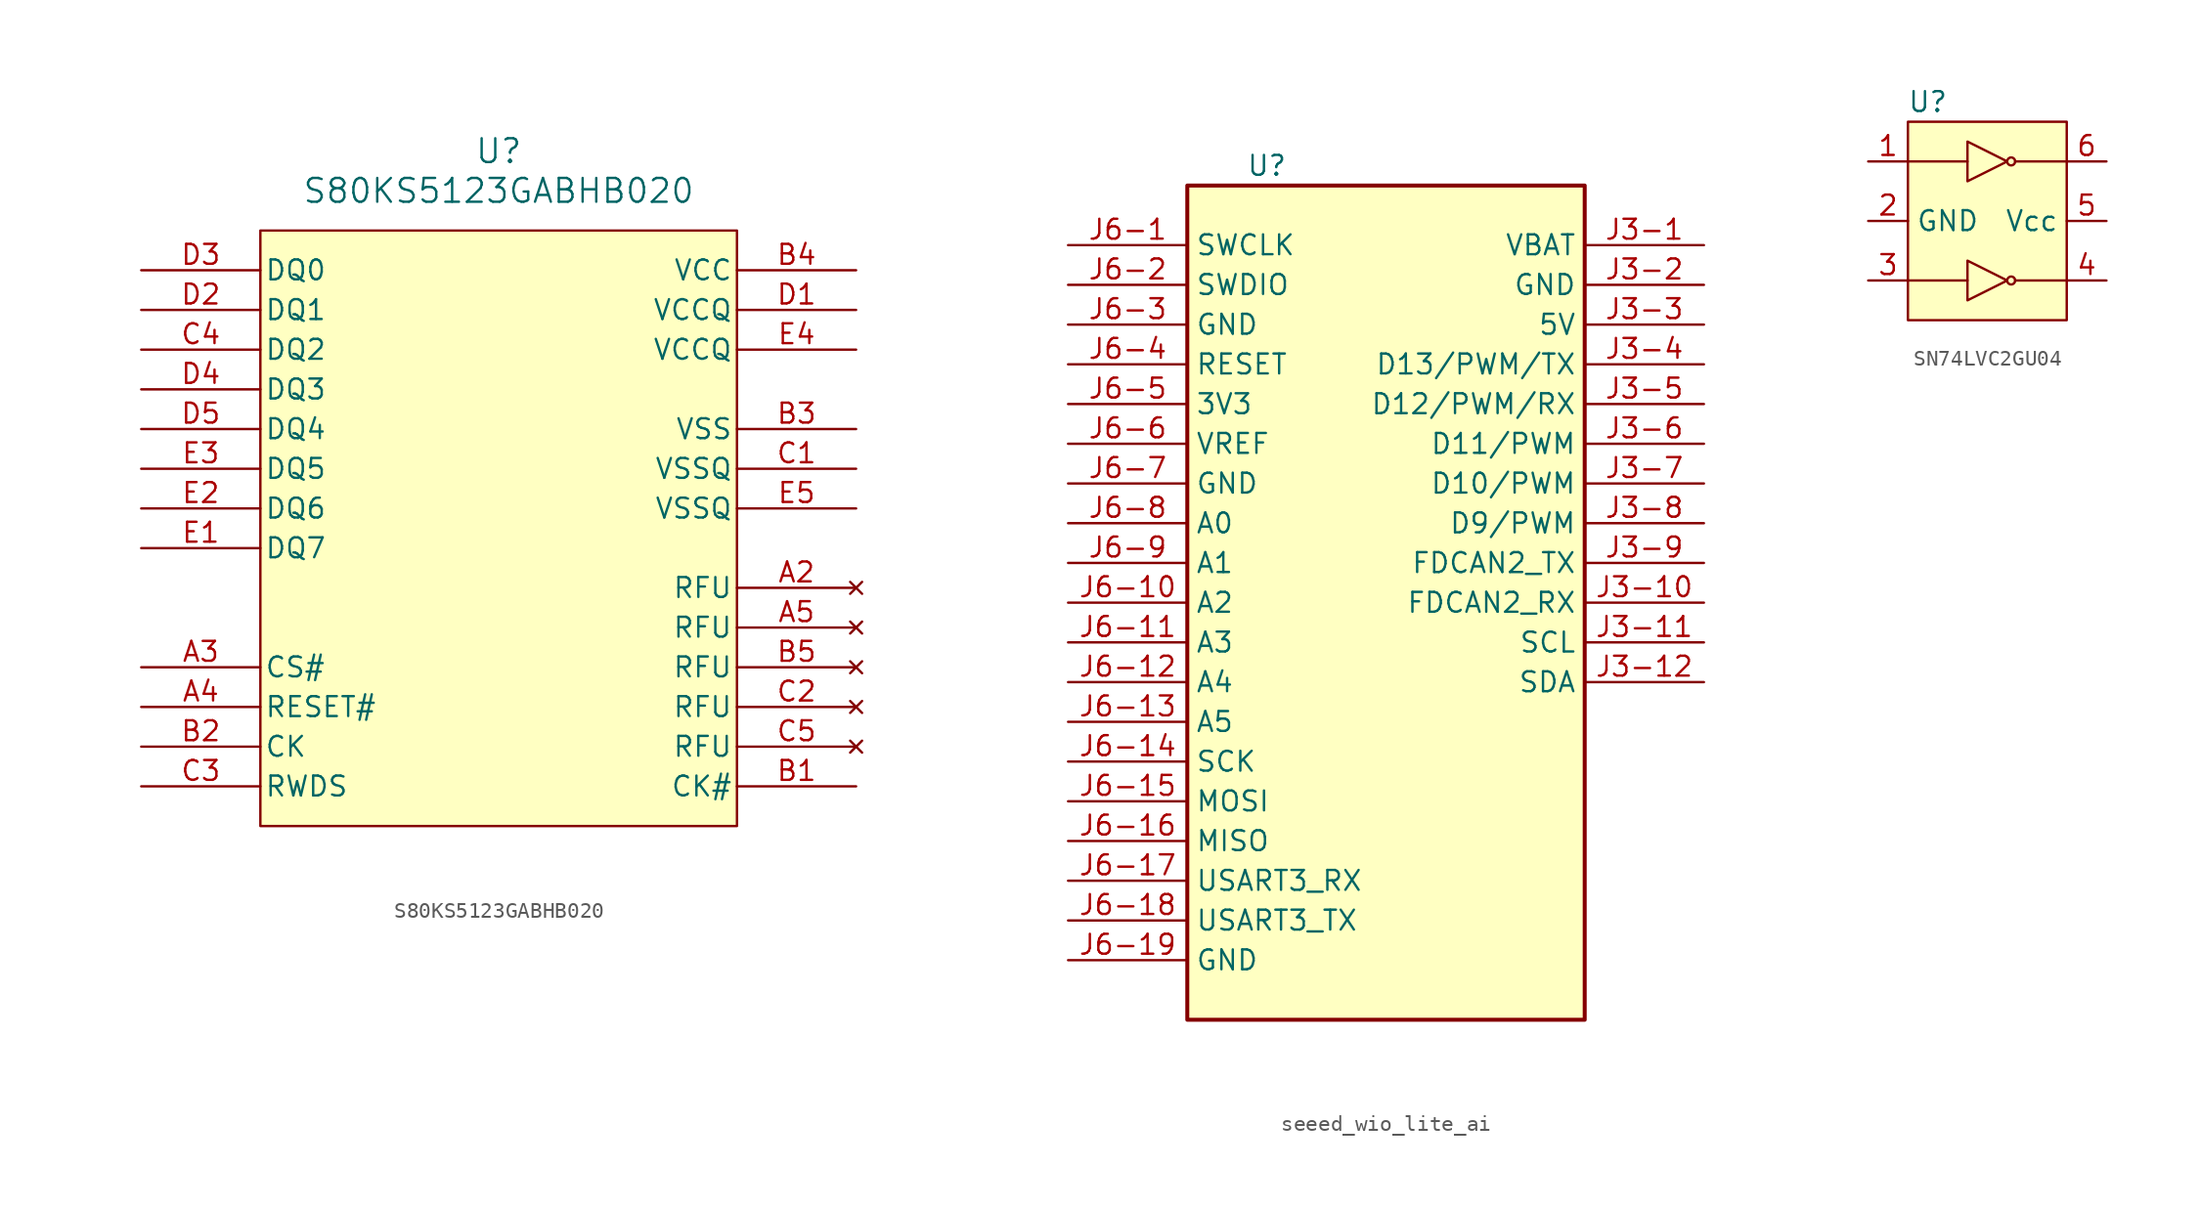
<source format=kicad_sym>
(kicad_symbol_lib
  (version 20220914)
  (generator kicad_symbol_editor)
  (symbol "S80KS5123GABHB020"
    (pin_names
      (offset 0.254))
    (property "Reference" "U"
      (at 22.86 10.16 0)
      (effects (font (size 1.524 1.524))))
    (property "Value" "S80KS5123GABHB020"
      (at 22.86 7.62 0)
      (effects (font (size 1.524 1.524))))
    (property "ki_locked" ""
      (at 0 0 0)
      (effects (font (size 1.27 1.27))))
    (symbol "S80KS5123GABHB020_0_1"
      (pin no_connect line (at 45.72 -17.78 180) (length 7.62) (name "RFU" (effects (font (size 1.27 1.27)))) (number "A2" (effects (font (size 1.27 1.27)))))
      (pin input line (at 0 -22.86 0) (length 7.62) (name "CS#" (effects (font (size 1.27 1.27)))) (number "A3" (effects (font (size 1.27 1.27)))))
      (pin input line (at 0 -25.4 0) (length 7.62) (name "RESET#" (effects (font (size 1.27 1.27)))) (number "A4" (effects (font (size 1.27 1.27)))))
      (pin no_connect line (at 45.72 -20.32 180) (length 7.62) (name "RFU" (effects (font (size 1.27 1.27)))) (number "A5" (effects (font (size 1.27 1.27)))))
      (pin input line (at 45.72 -30.48 180) (length 7.62) (name "CK#" (effects (font (size 1.27 1.27)))) (number "B1" (effects (font (size 1.27 1.27)))))
      (pin input line (at 0 -27.94 0) (length 7.62) (name "CK" (effects (font (size 1.27 1.27)))) (number "B2" (effects (font (size 1.27 1.27)))))
      (pin power_out line (at 45.72 -7.62 180) (length 7.62) (name "VSS" (effects (font (size 1.27 1.27)))) (number "B3" (effects (font (size 1.27 1.27)))))
      (pin power_in line (at 45.72 2.54 180) (length 7.62) (name "VCC" (effects (font (size 1.27 1.27)))) (number "B4" (effects (font (size 1.27 1.27)))))
      (pin no_connect line (at 45.72 -22.86 180) (length 7.62) (name "RFU" (effects (font (size 1.27 1.27)))) (number "B5" (effects (font (size 1.27 1.27)))))
      (pin power_out line (at 45.72 -10.16 180) (length 7.62) (name "VSSQ" (effects (font (size 1.27 1.27)))) (number "C1" (effects (font (size 1.27 1.27)))))
      (pin no_connect line (at 45.72 -25.4 180) (length 7.62) (name "RFU" (effects (font (size 1.27 1.27)))) (number "C2" (effects (font (size 1.27 1.27)))))
      (pin bidirectional line (at 0 -30.48 0) (length 7.62) (name "RWDS" (effects (font (size 1.27 1.27)))) (number "C3" (effects (font (size 1.27 1.27)))))
      (pin bidirectional line (at 0 -2.54 0) (length 7.62) (name "DQ2" (effects (font (size 1.27 1.27)))) (number "C4" (effects (font (size 1.27 1.27)))))
      (pin no_connect line (at 45.72 -27.94 180) (length 7.62) (name "RFU" (effects (font (size 1.27 1.27)))) (number "C5" (effects (font (size 1.27 1.27)))))
      (pin power_in line (at 45.72 0 180) (length 7.62) (name "VCCQ" (effects (font (size 1.27 1.27)))) (number "D1" (effects (font (size 1.27 1.27)))))
      (pin bidirectional line (at 0 0 0) (length 7.62) (name "DQ1" (effects (font (size 1.27 1.27)))) (number "D2" (effects (font (size 1.27 1.27)))))
      (pin bidirectional line (at 0 2.54 0) (length 7.62) (name "DQ0" (effects (font (size 1.27 1.27)))) (number "D3" (effects (font (size 1.27 1.27)))))
      (pin bidirectional line (at 0 -5.08 0) (length 7.62) (name "DQ3" (effects (font (size 1.27 1.27)))) (number "D4" (effects (font (size 1.27 1.27)))))
      (pin bidirectional line (at 0 -7.62 0) (length 7.62) (name "DQ4" (effects (font (size 1.27 1.27)))) (number "D5" (effects (font (size 1.27 1.27)))))
      (pin bidirectional line (at 0 -15.24 0) (length 7.62) (name "DQ7" (effects (font (size 1.27 1.27)))) (number "E1" (effects (font (size 1.27 1.27)))))
      (pin bidirectional line (at 0 -12.7 0) (length 7.62) (name "DQ6" (effects (font (size 1.27 1.27)))) (number "E2" (effects (font (size 1.27 1.27)))))
      (pin bidirectional line (at 0 -10.16 0) (length 7.62) (name "DQ5" (effects (font (size 1.27 1.27)))) (number "E3" (effects (font (size 1.27 1.27)))))
      (pin power_in line (at 45.72 -2.54 180) (length 7.62) (name "VCCQ" (effects (font (size 1.27 1.27)))) (number "E4" (effects (font (size 1.27 1.27)))))
      (pin power_out line (at 45.72 -12.7 180) (length 7.62) (name "VSSQ" (effects (font (size 1.27 1.27)))) (number "E5" (effects (font (size 1.27 1.27))))))
    (symbol "S80KS5123GABHB020_1_1"
      (rectangle (start 7.62 5.08) (end 38.1 -33.02) (stroke (width 0) (type default)) (fill (type background)))))
  (symbol "seeed_wio_lite_ai"
    (property "Reference" "U"
      (at 7.62 5.08 0)
      (effects (font (size 1.27 1.27))))
    (property "Value" ""
      (at 0 0 0)
      (effects (font (size 1.27 1.27))))
    (symbol "seeed_wio_lite_ai_0_0"
      (pin unspecified line (at 35.56 0 180) (length 7.62) (name "VBAT" (effects (font (size 1.27 1.27)))) (number "J3-1" (effects (font (size 1.27 1.27)))))
      (pin unspecified line (at 35.56 -22.86 180) (length 7.62) (name "FDCAN2_RX" (effects (font (size 1.27 1.27)))) (number "J3-10" (effects (font (size 1.27 1.27)))))
      (pin unspecified line (at 35.56 -25.4 180) (length 7.62) (name "SCL" (effects (font (size 1.27 1.27)))) (number "J3-11" (effects (font (size 1.27 1.27)))))
      (pin unspecified line (at 35.56 -27.94 180) (length 7.62) (name "SDA" (effects (font (size 1.27 1.27)))) (number "J3-12" (effects (font (size 1.27 1.27)))))
      (pin unspecified line (at 35.56 -2.54 180) (length 7.62) (name "GND" (effects (font (size 1.27 1.27)))) (number "J3-2" (effects (font (size 1.27 1.27)))))
      (pin unspecified line (at 35.56 -5.08 180) (length 7.62) (name "5V" (effects (font (size 1.27 1.27)))) (number "J3-3" (effects (font (size 1.27 1.27)))))
      (pin unspecified line (at 35.56 -7.62 180) (length 7.62) (name "D13/PWM/TX" (effects (font (size 1.27 1.27)))) (number "J3-4" (effects (font (size 1.27 1.27)))))
      (pin unspecified line (at 35.56 -10.16 180) (length 7.62) (name "D12/PWM/RX" (effects (font (size 1.27 1.27)))) (number "J3-5" (effects (font (size 1.27 1.27)))))
      (pin unspecified line (at 35.56 -12.7 180) (length 7.62) (name "D11/PWM" (effects (font (size 1.27 1.27)))) (number "J3-6" (effects (font (size 1.27 1.27)))))
      (pin unspecified line (at 35.56 -15.24 180) (length 7.62) (name "D10/PWM" (effects (font (size 1.27 1.27)))) (number "J3-7" (effects (font (size 1.27 1.27)))))
      (pin unspecified line (at 35.56 -17.78 180) (length 7.62) (name "D9/PWM" (effects (font (size 1.27 1.27)))) (number "J3-8" (effects (font (size 1.27 1.27)))))
      (pin unspecified line (at 35.56 -20.32 180) (length 7.62) (name "FDCAN2_TX" (effects (font (size 1.27 1.27)))) (number "J3-9" (effects (font (size 1.27 1.27)))))
      (pin unspecified line (at -5.08 0 0) (length 7.62) (name "SWCLK" (effects (font (size 1.27 1.27)))) (number "J6-1" (effects (font (size 1.27 1.27)))))
      (pin unspecified line (at -5.08 -22.86 0) (length 7.62) (name "A2" (effects (font (size 1.27 1.27)))) (number "J6-10" (effects (font (size 1.27 1.27)))))
      (pin unspecified line (at -5.08 -25.4 0) (length 7.62) (name "A3" (effects (font (size 1.27 1.27)))) (number "J6-11" (effects (font (size 1.27 1.27)))))
      (pin unspecified line (at -5.08 -27.94 0) (length 7.62) (name "A4" (effects (font (size 1.27 1.27)))) (number "J6-12" (effects (font (size 1.27 1.27)))))
      (pin unspecified line (at -5.08 -30.48 0) (length 7.62) (name "A5" (effects (font (size 1.27 1.27)))) (number "J6-13" (effects (font (size 1.27 1.27)))))
      (pin unspecified line (at -5.08 -33.02 0) (length 7.62) (name "SCK" (effects (font (size 1.27 1.27)))) (number "J6-14" (effects (font (size 1.27 1.27)))))
      (pin unspecified line (at -5.08 -35.56 0) (length 7.62) (name "MOSI" (effects (font (size 1.27 1.27)))) (number "J6-15" (effects (font (size 1.27 1.27)))))
      (pin unspecified line (at -5.08 -38.1 0) (length 7.62) (name "MISO" (effects (font (size 1.27 1.27)))) (number "J6-16" (effects (font (size 1.27 1.27)))))
      (pin unspecified line (at -5.08 -40.64 0) (length 7.62) (name "USART3_RX" (effects (font (size 1.27 1.27)))) (number "J6-17" (effects (font (size 1.27 1.27)))))
      (pin unspecified line (at -5.08 -43.18 0) (length 7.62) (name "USART3_TX" (effects (font (size 1.27 1.27)))) (number "J6-18" (effects (font (size 1.27 1.27)))))
      (pin unspecified line (at -5.08 -45.72 0) (length 7.62) (name "GND" (effects (font (size 1.27 1.27)))) (number "J6-19" (effects (font (size 1.27 1.27)))))
      (pin unspecified line (at -5.08 -2.54 0) (length 7.62) (name "SWDIO" (effects (font (size 1.27 1.27)))) (number "J6-2" (effects (font (size 1.27 1.27)))))
      (pin unspecified line (at -5.08 -5.08 0) (length 7.62) (name "GND" (effects (font (size 1.27 1.27)))) (number "J6-3" (effects (font (size 1.27 1.27)))))
      (pin unspecified line (at -5.08 -7.62 0) (length 7.62) (name "RESET" (effects (font (size 1.27 1.27)))) (number "J6-4" (effects (font (size 1.27 1.27)))))
      (pin unspecified line (at -5.08 -10.16 0) (length 7.62) (name "3V3" (effects (font (size 1.27 1.27)))) (number "J6-5" (effects (font (size 1.27 1.27)))))
      (pin unspecified line (at -5.08 -12.7 0) (length 7.62) (name "VREF" (effects (font (size 1.27 1.27)))) (number "J6-6" (effects (font (size 1.27 1.27)))))
      (pin unspecified line (at -5.08 -15.24 0) (length 7.62) (name "GND" (effects (font (size 1.27 1.27)))) (number "J6-7" (effects (font (size 1.27 1.27)))))
      (pin unspecified line (at -5.08 -17.78 0) (length 7.62) (name "A0" (effects (font (size 1.27 1.27)))) (number "J6-8" (effects (font (size 1.27 1.27)))))
      (pin unspecified line (at -5.08 -20.32 0) (length 7.62) (name "A1" (effects (font (size 1.27 1.27)))) (number "J6-9" (effects (font (size 1.27 1.27))))))
    (symbol "seeed_wio_lite_ai_1_1"
      (rectangle (start 2.54 3.81) (end 27.94 -49.53) (stroke (width 0.254) (type default)) (fill (type background)))))
  (symbol "SN74LVC2GU04"
    (property "Reference" "U"
      (at -3.81 5.08 0)
      (effects (font (size 1.27 1.27))))
    (property "Value" ""
      (at -1.27 0 0)
      (effects (font (size 1.27 1.27))))
    (symbol "SN74LVC2GU04_0_1"
      (polyline (pts (xy -1.27 2.54) (xy -1.27 0) (xy 1.27 1.27) (xy -1.27 2.54)) (stroke (width 0) (type default)) (fill (type none))))
    (symbol "SN74LVC2GU04_1_1"
      (rectangle (start -5.08 3.81) (end 5.08 -8.89) (stroke (width 0) (type default)) (fill (type background)))
      (polyline (pts (xy -5.08 -6.35) (xy -1.27 -6.35)) (stroke (width 0) (type default)) (fill (type none)))
      (polyline (pts (xy -5.08 1.27) (xy -1.27 1.27)) (stroke (width 0) (type default)) (fill (type none)))
      (polyline (pts (xy 1.778 -6.35) (xy 5.08 -6.35)) (stroke (width 0) (type default)) (fill (type none)))
      (polyline (pts (xy 1.778 1.27) (xy 5.08 1.27)) (stroke (width 0) (type default)) (fill (type none)))
      (polyline (pts (xy -1.27 -5.08) (xy -1.27 -7.62) (xy 1.27 -6.35) (xy -1.27 -5.08)) (stroke (width 0) (type default)) (fill (type color) (color 255 255 194 1)))
      (circle (center 1.524 -6.35) (radius 0.254) (stroke (width 0) (type default)) (fill (type none)))
      (circle (center 1.524 1.27) (radius 0.254) (stroke (width 0) (type default)) (fill (type none)))
      (pin input line (at -7.62 1.27 0) (length 2.54) (name "" (effects (font (size 1.27 1.27)))) (number "1" (effects (font (size 1.27 1.27)))))
      (pin input line (at -7.62 -2.54 0) (length 2.54) (name "GND" (effects (font (size 1.27 1.27)))) (number "2" (effects (font (size 1.27 1.27)))))
      (pin input line (at -7.62 -6.35 0) (length 2.54) (name "" (effects (font (size 1.27 1.27)))) (number "3" (effects (font (size 1.27 1.27)))))
      (pin input line (at 7.62 -6.35 180) (length 2.54) (name "" (effects (font (size 1.27 1.27)))) (number "4" (effects (font (size 1.27 1.27)))))
      (pin input line (at 7.62 -2.54 180) (length 2.54) (name "Vcc" (effects (font (size 1.27 1.27)))) (number "5" (effects (font (size 1.27 1.27)))))
      (pin input line (at 7.62 1.27 180) (length 2.54) (name "" (effects (font (size 1.27 1.27)))) (number "6" (effects (font (size 1.27 1.27))))))))
</source>
